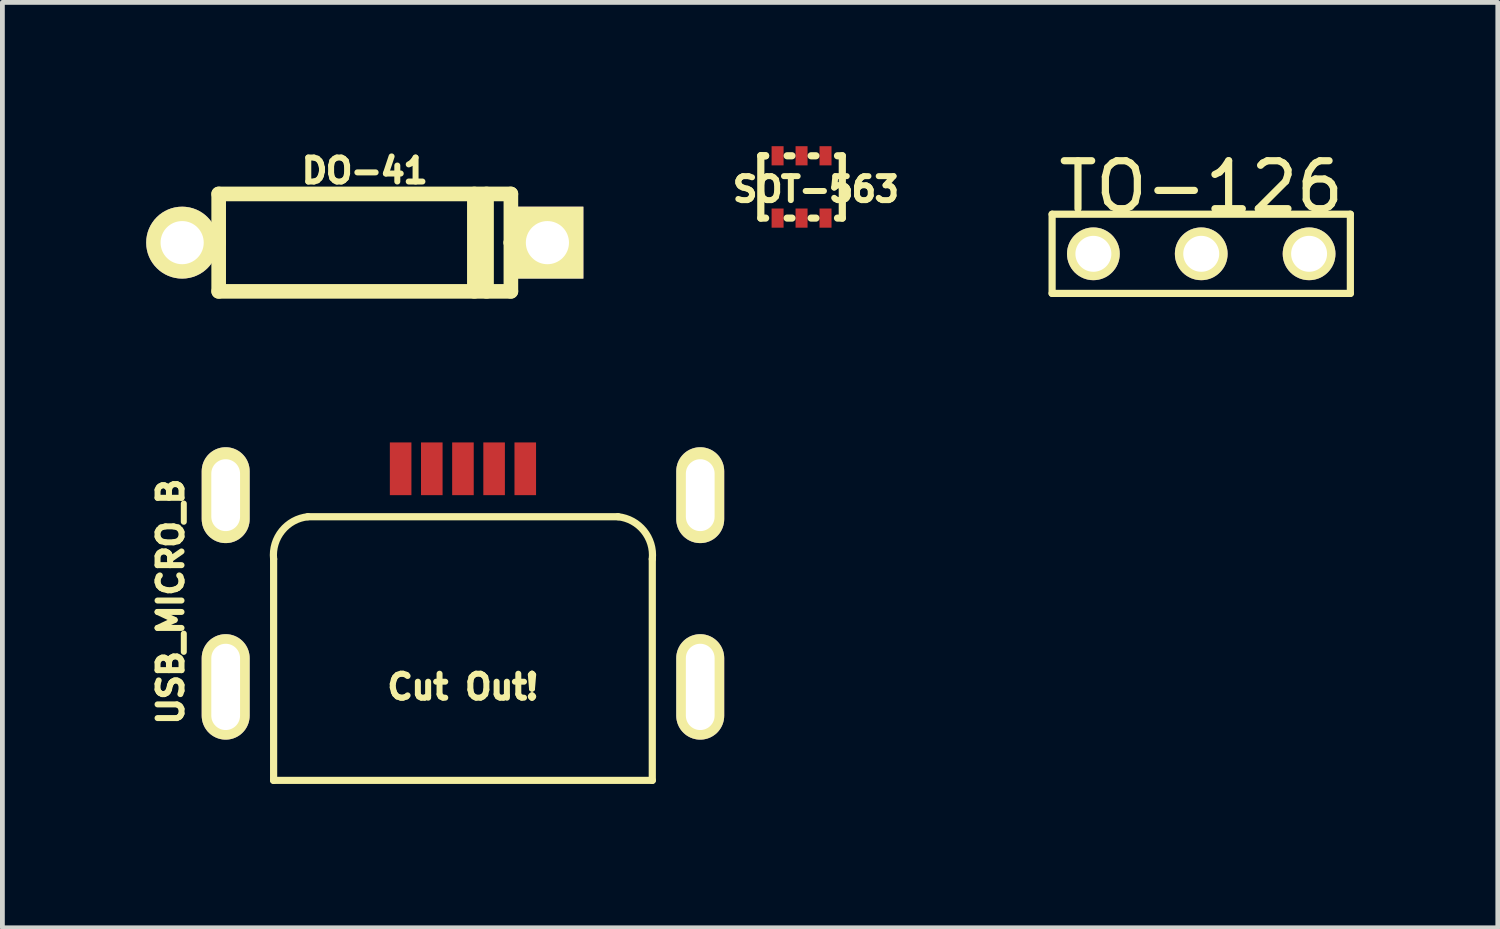
<source format=kicad_pcb>
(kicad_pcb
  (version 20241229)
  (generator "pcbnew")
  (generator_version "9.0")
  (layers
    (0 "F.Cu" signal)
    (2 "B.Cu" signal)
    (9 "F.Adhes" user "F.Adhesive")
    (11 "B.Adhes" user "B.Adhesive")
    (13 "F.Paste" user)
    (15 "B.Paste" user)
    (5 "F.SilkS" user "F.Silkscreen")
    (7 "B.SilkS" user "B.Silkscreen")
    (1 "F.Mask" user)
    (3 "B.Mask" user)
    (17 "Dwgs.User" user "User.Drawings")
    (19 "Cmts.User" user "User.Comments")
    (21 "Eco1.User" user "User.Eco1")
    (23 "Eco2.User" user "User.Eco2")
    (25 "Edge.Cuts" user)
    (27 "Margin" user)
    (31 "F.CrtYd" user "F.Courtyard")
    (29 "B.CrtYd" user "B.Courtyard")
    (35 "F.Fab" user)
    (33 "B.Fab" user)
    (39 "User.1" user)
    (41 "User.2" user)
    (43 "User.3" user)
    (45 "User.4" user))
  (footprint "USB_MICRO_B"
    (layer "F.Cu")
    (at 6.608 11.28)
    (property "Reference" "USB_MICRO_B" (at -6.096 -1.778 90) (layer "F.SilkS") (effects (font (size 0.5 0.5) (thickness 0.125))))
    (attr through_hole)
    (fp_line (start -3.95 1.95) (end -3.95 -2.667) (stroke (width 0.15) (type solid)) (layer "F.SilkS"))
    (fp_line (start -3.95 1.95) (end 3.95 1.95) (stroke (width 0.15) (type solid)) (layer "F.SilkS"))
    (fp_line (start -3.239 -3.55) (end 3.239 -3.55) (stroke (width 0.15) (type solid)) (layer "F.SilkS"))
    (fp_line (start 3.95 1.95) (end 3.95 -2.667) (stroke (width 0.15) (type solid)) (layer "F.SilkS"))
    (fp_arc (start -3.95 -2.667) (mid -3.774375 -3.256996) (end -3.233 -3.55) (stroke (width 0.15) (type solid)) (layer "F.SilkS"))
    (fp_arc (start 3.233 -3.55) (mid 3.774375 -3.256996) (end 3.95 -2.667) (stroke (width 0.15) (type solid)) (layer "F.SilkS"))
    (fp_text user "Cut Out!" (at 0 0 0) (layer "F.SilkS") (effects (font (size 0.5 0.5) (thickness 0.125))))
    (pad "1" smd rect (at -1.3 -4.55) (size 0.45 1.1) (layers "F.Cu" "F.Mask" "F.Paste"))
    (pad "2" smd rect (at -0.65 -4.55) (size 0.45 1.1) (layers "F.Cu" "F.Mask" "F.Paste"))
    (pad "3" smd rect (at 0 -4.55) (size 0.45 1.1) (layers "F.Cu" "F.Mask" "F.Paste"))
    (pad "4" smd rect (at 0.65 -4.55) (size 0.45 1.1) (layers "F.Cu" "F.Mask" "F.Paste"))
    (pad "5" smd rect (at 1.3 -4.55) (size 0.45 1.1) (layers "F.Cu" "F.Mask" "F.Paste"))
    (pad "6" thru_hole oval (at -4.95 -4) (size 1 2) (drill oval 0.6 1.5) (layers "*.Cu" "*.Mask" "F.SilkS"))
    (pad "6" thru_hole oval (at -4.95 0) (size 1 2.2) (drill oval 0.6 1.8) (layers "*.Cu" "*.Mask" "F.SilkS"))
    (pad "6" thru_hole oval (at 4.95 -4) (size 1 2) (drill oval 0.6 1.5) (layers "*.Cu" "*.Mask" "F.SilkS"))
    (pad "6" thru_hole oval (at 4.95 0) (size 1 2.2) (drill oval 0.6 1.8) (layers "*.Cu" "*.Mask" "F.SilkS")))
  (footprint "TO-126"
    (layer "F.Cu")
    (at 22.01 2.245)
    (property "Reference" "TO-126" (at 0 -1.397 0) (layer "F.SilkS") (effects (font (size 1 1) (thickness 0.15))))
    (attr through_hole)
    (fp_line (start -3.111 -0.826) (end 3.111 -0.826) (stroke (width 0.15) (type solid)) (layer "F.SilkS"))
    (fp_line (start -3.111 0.826) (end -3.111 -0.826) (stroke (width 0.15) (type solid)) (layer "F.SilkS"))
    (fp_line (start 3.111 -0.826) (end 3.111 0.826) (stroke (width 0.15) (type solid)) (layer "F.SilkS"))
    (fp_line (start 3.111 0.826) (end -3.111 0.826) (stroke (width 0.15) (type solid)) (layer "F.SilkS"))
    (pad "1" thru_hole circle (at -2.25 0) (size 1.1 1.1) (drill 0.75) (layers "*.Cu" "*.Mask" "F.SilkS"))
    (pad "2" thru_hole circle (at 0 0) (size 1.1 1.1) (drill 0.75) (layers "*.Cu" "*.Mask" "F.SilkS"))
    (pad "3" thru_hole circle (at 2.25 0) (size 1.1 1.1) (drill 0.75) (layers "*.Cu" "*.Mask" "F.SilkS")))
  (footprint "DO-41"
    (layer "F.Cu")
    (at 4.56 2.012)
    (property "Reference" "DO-41" (at 0 -1.5 0) (layer "F.SilkS") (effects (font (size 0.5 0.5) (thickness 0.125))))
    (attr through_hole)
    (fp_line (start -3.048 -1.016) (end -3.048 0) (stroke (width 0.305) (type solid)) (layer "F.SilkS"))
    (fp_line (start -3.048 0) (end -3.81 0) (stroke (width 0.305) (type solid)) (layer "F.SilkS"))
    (fp_line (start -3.048 0) (end -3.048 1.016) (stroke (width 0.305) (type solid)) (layer "F.SilkS"))
    (fp_line (start -3.048 1.016) (end 3.048 1.016) (stroke (width 0.305) (type solid)) (layer "F.SilkS"))
    (fp_line (start 2.286 1.016) (end 2.286 -1.016) (stroke (width 0.305) (type solid)) (layer "F.SilkS"))
    (fp_line (start 2.54 -1.016) (end 2.54 1.016) (stroke (width 0.305) (type solid)) (layer "F.SilkS"))
    (fp_line (start 3.048 -1.016) (end -3.048 -1.016) (stroke (width 0.305) (type solid)) (layer "F.SilkS"))
    (fp_line (start 3.048 0) (end 3.048 -1.016) (stroke (width 0.305) (type solid)) (layer "F.SilkS"))
    (fp_line (start 3.048 1.016) (end 3.048 0) (stroke (width 0.305) (type solid)) (layer "F.SilkS"))
    (fp_line (start 3.81 0) (end 3.048 0) (stroke (width 0.305) (type solid)) (layer "F.SilkS"))
    (pad "1" thru_hole circle (at -3.81 0) (size 1.5 1.5) (drill 0.9) (layers "*.Cu" "*.Mask" "F.SilkS"))
    (pad "2" thru_hole rect (at 3.81 0) (size 1.5 1.5) (drill 0.9) (layers "*.Cu" "*.Mask" "F.SilkS")))
  (footprint "SOT-563"
    (layer "F.Cu")
    (at 13.672 0.85)
    (property "Reference" "SOT-563" (at 0.3 0.05 0) (layer "F.SilkS") (effects (font (size 0.5 0.5) (thickness 0.125))))
    (attr through_hole)
    (fp_line (start -0.85 -0.65) (end -0.85 0.65) (stroke (width 0.15) (type solid)) (layer "F.SilkS"))
    (fp_line (start -0.85 -0.65) (end -0.75 -0.65) (stroke (width 0.15) (type solid)) (layer "F.SilkS"))
    (fp_line (start -0.85 0.65) (end -0.75 0.65) (stroke (width 0.15) (type solid)) (layer "F.SilkS"))
    (fp_line (start -0.75 -0.65) (end -0.85 -0.65) (stroke (width 0.15) (type solid)) (layer "F.SilkS"))
    (fp_line (start -0.3 -0.65) (end -0.2 -0.65) (stroke (width 0.15) (type solid)) (layer "F.SilkS"))
    (fp_line (start -0.2 0.65) (end -0.3 0.65) (stroke (width 0.15) (type solid)) (layer "F.SilkS"))
    (fp_line (start 0.2 -0.65) (end 0.3 -0.65) (stroke (width 0.15) (type solid)) (layer "F.SilkS"))
    (fp_line (start 0.3 0.65) (end 0.2 0.65) (stroke (width 0.15) (type solid)) (layer "F.SilkS"))
    (fp_line (start 0.75 -0.65) (end 0.85 -0.65) (stroke (width 0.15) (type solid)) (layer "F.SilkS"))
    (fp_line (start 0.85 -0.65) (end 0.85 0.65) (stroke (width 0.15) (type solid)) (layer "F.SilkS"))
    (fp_line (start 0.85 0.65) (end 0.75 0.65) (stroke (width 0.15) (type solid)) (layer "F.SilkS"))
    (pad "1" smd rect (at -0.5 0.65) (size 0.25 0.4) (layers "F.Cu" "F.Mask" "F.Paste"))
    (pad "2" smd rect (at 0 0.65) (size 0.25 0.4) (layers "F.Cu" "F.Mask" "F.Paste"))
    (pad "3" smd rect (at 0.5 0.65) (size 0.25 0.4) (layers "F.Cu" "F.Mask" "F.Paste"))
    (pad "4" smd rect (at 0.5 -0.65) (size 0.25 0.4) (layers "F.Cu" "F.Mask" "F.Paste"))
    (pad "5" smd rect (at 0 -0.65) (size 0.25 0.4) (layers "F.Cu" "F.Mask" "F.Paste"))
    (pad "6" smd rect (at -0.5 -0.65) (size 0.25 0.4) (layers "F.Cu" "F.Mask" "F.Paste")))
  (gr_rect
    (start -3 -3)
    (end 28.197 16.305)
    (stroke (width 0.1) (type default))
    (fill no)
    (layer "Edge.Cuts")))
</source>
